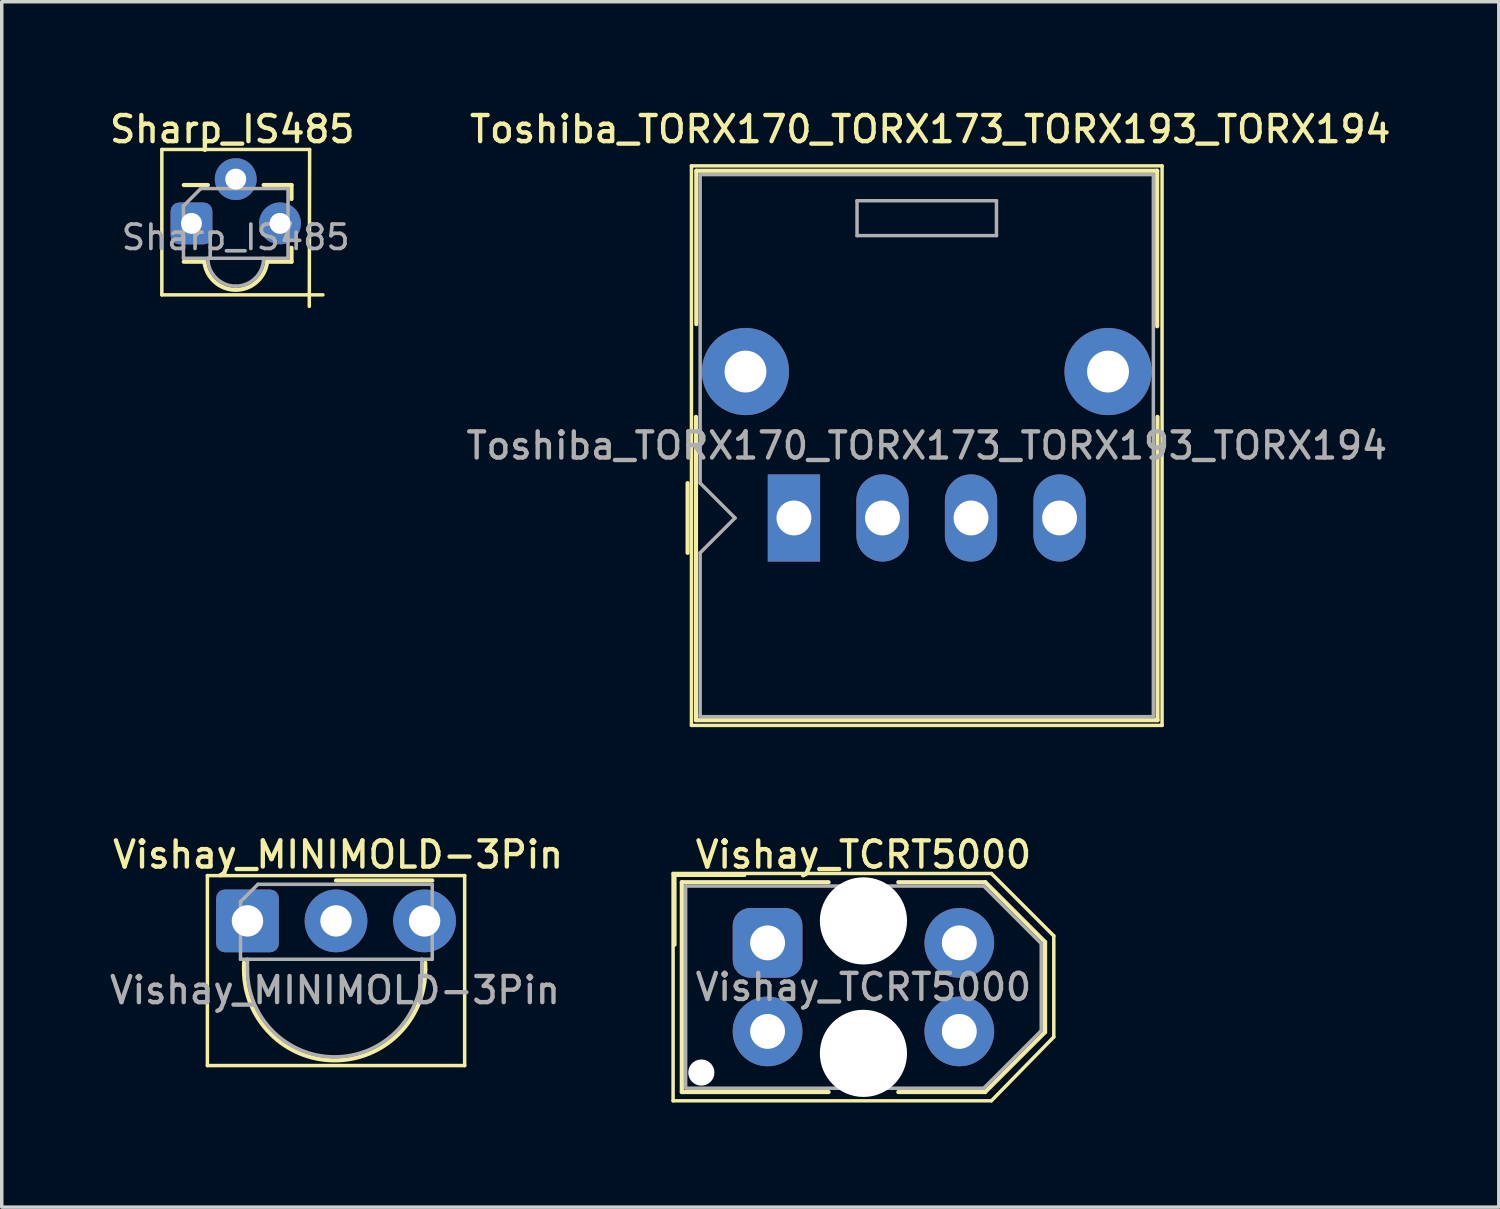
<source format=kicad_pcb>
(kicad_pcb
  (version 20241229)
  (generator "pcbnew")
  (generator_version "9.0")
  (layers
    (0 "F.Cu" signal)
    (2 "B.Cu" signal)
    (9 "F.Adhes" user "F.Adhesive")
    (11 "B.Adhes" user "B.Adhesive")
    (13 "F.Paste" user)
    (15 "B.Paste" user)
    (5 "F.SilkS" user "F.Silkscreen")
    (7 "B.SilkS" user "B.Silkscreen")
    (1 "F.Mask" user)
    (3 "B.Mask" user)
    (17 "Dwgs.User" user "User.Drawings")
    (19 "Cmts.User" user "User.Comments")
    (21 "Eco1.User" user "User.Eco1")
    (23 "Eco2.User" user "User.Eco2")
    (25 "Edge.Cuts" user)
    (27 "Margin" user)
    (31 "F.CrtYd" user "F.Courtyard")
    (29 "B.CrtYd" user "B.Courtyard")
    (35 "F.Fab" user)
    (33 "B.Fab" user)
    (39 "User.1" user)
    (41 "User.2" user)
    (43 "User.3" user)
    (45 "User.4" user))
  (footprint "Vishay_MINIMOLD-3Pin"
    (layer "F.Cu")
    (at 4.049 23.366)
    (property "Reference" "Vishay_MINIMOLD-3Pin" (at 2.6 -1.9 180) (layer "F.SilkS") (effects (font (size 0.75 0.75) (thickness 0.125))))
    (attr through_hole)
    (fp_line (start -1.15 -1.3) (end -1.15 4.15) (stroke (width 0.1) (type solid)) (layer "F.SilkS"))
    (fp_line (start -1.15 -1.3) (end 6.23 -1.3) (stroke (width 0.1) (type solid)) (layer "F.SilkS"))
    (fp_line (start -0.1 1.4) (end -0.1 1.2) (stroke (width 0.12) (type solid)) (layer "F.SilkS"))
    (fp_line (start 5.1 1.4) (end 5.1 1.2) (stroke (width 0.12) (type solid)) (layer "F.SilkS"))
    (fp_line (start 5.3 -1.16) (end 2.54 -1.16) (stroke (width 0.12) (type solid)) (layer "F.SilkS"))
    (fp_line (start 6.23 4.15) (end -1.15 4.15) (stroke (width 0.1) (type solid)) (layer "F.SilkS"))
    (fp_line (start 6.23 4.15) (end 6.23 -1.3) (stroke (width 0.1) (type solid)) (layer "F.SilkS"))
    (fp_arc (start 5.1 1.4) (mid 2.5 4) (end -0.1 1.4) (stroke (width 0.12) (type solid)) (layer "F.SilkS"))
    (fp_line (start -0.2 1.1) (end -0.2 -0.55) (stroke (width 0.1) (type solid)) (layer "F.Fab"))
    (fp_line (start 0 1.1) (end -0.2 1.1) (stroke (width 0.1) (type solid)) (layer "F.Fab"))
    (fp_line (start 0 1.15) (end 0 1.1) (stroke (width 0.1) (type solid)) (layer "F.Fab"))
    (fp_line (start 0 1.4) (end 0 1.15) (stroke (width 0.1) (type solid)) (layer "F.Fab"))
    (fp_line (start 0.3 -1.05) (end -0.2 -0.55) (stroke (width 0.1) (type solid)) (layer "F.Fab"))
    (fp_line (start 0.3 -1.05) (end 5.3 -1.05) (stroke (width 0.1) (type solid)) (layer "F.Fab"))
    (fp_line (start 5 1.1) (end 0 1.1) (stroke (width 0.1) (type solid)) (layer "F.Fab"))
    (fp_line (start 5 1.1) (end 5 1.4) (stroke (width 0.1) (type solid)) (layer "F.Fab"))
    (fp_line (start 5.3 -1.05) (end 5.3 1.1) (stroke (width 0.1) (type solid)) (layer "F.Fab"))
    (fp_line (start 5.3 1.1) (end 5 1.1) (stroke (width 0.1) (type solid)) (layer "F.Fab"))
    (fp_arc (start 5 1.4) (mid 2.5 3.9) (end 0 1.4) (stroke (width 0.1) (type solid)) (layer "F.Fab"))
    (fp_text user "${REFERENCE}" (at 2.51 1.99 0) (layer "F.Fab") (effects (font (size 0.75 0.75) (thickness 0.125))))
    (pad "1" thru_hole roundrect (at 0 0) (size 1.8 1.8) (drill 0.9) (layers "*.Cu" "*.Mask") (roundrect_rratio 0.139))
    (pad "2" thru_hole circle (at 2.54 0) (size 1.8 1.8) (drill 0.9) (layers "*.Cu" "*.Mask"))
    (pad "3" thru_hole circle (at 5.08 0) (size 1.8 1.8) (drill 0.9) (layers "*.Cu" "*.Mask")))
  (footprint "Sharp_IS485"
    (layer "F.Cu")
    (at 2.442 3.358)
    (property "Reference" "Sharp_IS485" (at 1.17 -2.7 0) (layer "F.SilkS") (effects (font (size 0.75 0.75) (thickness 0.125))))
    (attr through_hole)
    (fp_line (start -0.85 -2.12) (end 3.39 -2.12) (stroke (width 0.1) (type solid)) (layer "F.SilkS"))
    (fp_line (start -0.85 2.05) (end -0.85 -2.12) (stroke (width 0.1) (type solid)) (layer "F.SilkS"))
    (fp_line (start -0.22 1.1) (end 0.37 1.1) (stroke (width 0.12) (type solid)) (layer "F.SilkS"))
    (fp_line (start 0.47 -1.1) (end -0.22 -1.1) (stroke (width 0.12) (type solid)) (layer "F.SilkS"))
    (fp_line (start 2.07 -1.1) (end 2.87 -1.1) (stroke (width 0.12) (type solid)) (layer "F.SilkS"))
    (fp_line (start 2.17 1.1) (end 2.87 1.1) (stroke (width 0.12) (type solid)) (layer "F.SilkS"))
    (fp_line (start 2.87 -0.7) (end 2.87 -1.1) (stroke (width 0.12) (type solid)) (layer "F.SilkS"))
    (fp_line (start 2.87 1.1) (end 2.87 0.7) (stroke (width 0.12) (type solid)) (layer "F.SilkS"))
    (fp_line (start 3.39 -2.12) (end 3.38 2.38) (stroke (width 0.1) (type solid)) (layer "F.SilkS"))
    (fp_line (start 3.77 2.05) (end -0.85 2.05) (stroke (width 0.1) (type solid)) (layer "F.SilkS"))
    (fp_arc (start 2.17 1.1) (mid 1.288329 1.905353) (end 0.374785 1.136345) (stroke (width 0.12) (type solid)) (layer "F.SilkS"))
    (fp_line (start -0.23 -0.5) (end -0.23 1) (stroke (width 0.1) (type solid)) (layer "F.Fab"))
    (fp_line (start -0.23 -0.5) (end 0.27 -1) (stroke (width 0.1) (type solid)) (layer "F.Fab"))
    (fp_line (start -0.23 1) (end 2.77 1) (stroke (width 0.1) (type solid)) (layer "F.Fab"))
    (fp_line (start 2.77 -1) (end 0.27 -1) (stroke (width 0.1) (type solid)) (layer "F.Fab"))
    (fp_line (start 2.77 1) (end 2.77 -1) (stroke (width 0.1) (type solid)) (layer "F.Fab"))
    (fp_arc (start 1.27 1.8) (mid 0.704315 1.565685) (end 0.47 1) (stroke (width 0.1) (type solid)) (layer "F.Fab"))
    (fp_arc (start 2.07 1) (mid 1.835685 1.565685) (end 1.27 1.8) (stroke (width 0.1) (type solid)) (layer "F.Fab"))
    (fp_text user "${REFERENCE}" (at 1.27 0.4 0) (layer "F.Fab") (effects (font (size 0.7 0.7) (thickness 0.105))))
    (pad "1" thru_hole roundrect (at 0 0) (size 1.2 1.2) (drill 0.6) (layers "*.Cu" "*.Mask") (roundrect_rratio 0.208))
    (pad "2" thru_hole circle (at 1.27 -1.27) (size 1.2 1.2) (drill 0.6) (layers "*.Cu" "*.Mask"))
    (pad "3" thru_hole circle (at 2.54 0) (size 1.2 1.2) (drill 0.6) (layers "*.Cu" "*.Mask")))
  (footprint "Toshiba_TORX170_TORX173_TORX193_TORX194"
    (layer "F.Cu")
    (at 19.724 11.808)
    (property "Reference" "Toshiba_TORX170_TORX173_TORX193_TORX194" (at 3.91 -11.15 0) (layer "F.SilkS") (effects (font (size 0.75 0.75) (thickness 0.125))))
    (attr through_hole)
    (fp_line (start -3.05 1) (end -3.05 -1) (stroke (width 0.12) (type solid)) (layer "F.SilkS"))
    (fp_line (start -2.94 -10.1) (end -2.94 5.95) (stroke (width 0.1) (type solid)) (layer "F.SilkS"))
    (fp_line (start -2.94 -10.1) (end 10.56 -10.1) (stroke (width 0.1) (type solid)) (layer "F.SilkS"))
    (fp_line (start -2.81 5.8) (end -2.81 -2.9) (stroke (width 0.12) (type solid)) (layer "F.SilkS"))
    (fp_line (start -2.81 5.8) (end 10.43 5.8) (stroke (width 0.12) (type solid)) (layer "F.SilkS"))
    (fp_line (start -2.8 -9.96) (end -2.8 -5.56) (stroke (width 0.12) (type solid)) (layer "F.SilkS"))
    (fp_line (start 10.42 -9.96) (end -2.8 -9.96) (stroke (width 0.12) (type solid)) (layer "F.SilkS"))
    (fp_line (start 10.42 -9.96) (end 10.42 -5.5) (stroke (width 0.12) (type solid)) (layer "F.SilkS"))
    (fp_line (start 10.43 5.8) (end 10.43 -2.9) (stroke (width 0.12) (type solid)) (layer "F.SilkS"))
    (fp_line (start 10.56 5.95) (end -2.94 5.95) (stroke (width 0.1) (type solid)) (layer "F.SilkS"))
    (fp_line (start 10.56 5.95) (end 10.56 -10.1) (stroke (width 0.1) (type solid)) (layer "F.SilkS"))
    (fp_line (start -2.69 -9.85) (end 10.31 -9.85) (stroke (width 0.1) (type solid)) (layer "F.Fab"))
    (fp_line (start -2.69 -1) (end -2.69 -9.85) (stroke (width 0.1) (type solid)) (layer "F.Fab"))
    (fp_line (start -2.69 5.65) (end -2.69 1) (stroke (width 0.1) (type solid)) (layer "F.Fab"))
    (fp_line (start -2.69 5.65) (end -2.69 5.7) (stroke (width 0.1) (type solid)) (layer "F.Fab"))
    (fp_line (start -2.69 5.7) (end 10.26 5.7) (stroke (width 0.1) (type solid)) (layer "F.Fab"))
    (fp_line (start -1.69 0) (end -2.69 -1) (stroke (width 0.1) (type solid)) (layer "F.Fab"))
    (fp_line (start -1.69 0) (end -2.69 1) (stroke (width 0.1) (type solid)) (layer "F.Fab"))
    (fp_line (start 1.81 -9.1) (end 5.81 -9.1) (stroke (width 0.1) (type solid)) (layer "F.Fab"))
    (fp_line (start 1.81 -8.1) (end 1.81 -9.1) (stroke (width 0.1) (type solid)) (layer "F.Fab"))
    (fp_line (start 5.81 -9.1) (end 5.81 -8.1) (stroke (width 0.1) (type solid)) (layer "F.Fab"))
    (fp_line (start 5.81 -8.1) (end 1.81 -8.1) (stroke (width 0.1) (type solid)) (layer "F.Fab"))
    (fp_line (start 10.26 5.7) (end 10.31 5.7) (stroke (width 0.1) (type solid)) (layer "F.Fab"))
    (fp_line (start 10.31 5.7) (end 10.31 -9.85) (stroke (width 0.1) (type solid)) (layer "F.Fab"))
    (fp_text user "${REFERENCE}" (at 3.81 -2.075 0) (layer "F.Fab") (effects (font (size 0.75 0.75) (thickness 0.125))))
    (pad "1" thru_hole rect (at 0 0) (size 1.5 2.5) (drill 1) (layers "*.Cu" "*.Mask"))
    (pad "2" thru_hole oval (at 2.54 0) (size 1.5 2.5) (drill 1) (layers "*.Cu" "*.Mask"))
    (pad "3" thru_hole oval (at 5.08 0) (size 1.5 2.5) (drill 1) (layers "*.Cu" "*.Mask"))
    (pad "4" thru_hole oval (at 7.62 0) (size 1.5 2.5) (drill 1) (layers "*.Cu" "*.Mask"))
    (pad "5" thru_hole circle (at 9.01 -4.2) (size 2.5 2.5) (drill 1.2) (layers "*.Cu" "*.Mask"))
    (pad "6" thru_hole circle (at -1.39 -4.2) (size 2.5 2.5) (drill 1.2) (layers "*.Cu" "*.Mask")))
  (footprint "Vishay_TCRT5000"
    (layer "F.Cu")
    (at 18.968 23.996)
    (property "Reference" "Vishay_TCRT5000" (at 2.75 -2.53 0) (layer "F.SilkS") (effects (font (size 0.75 0.75) (thickness 0.125))))
    (attr through_hole)
    (fp_line (start -2.71 -1.99) (end -2.71 4.53) (stroke (width 0.1) (type default)) (layer "F.SilkS"))
    (fp_line (start -2.71 -1.99) (end 6.42 -1.99) (stroke (width 0.1) (type default)) (layer "F.SilkS"))
    (fp_line (start -2.71 4.53) (end 6.42 4.53) (stroke (width 0.1) (type default)) (layer "F.SilkS"))
    (fp_line (start -2.66 -1.94) (end -2.66 0.06) (stroke (width 0.1) (type default)) (layer "F.SilkS"))
    (fp_line (start -2.66 -1.94) (end -0.66 -1.94) (stroke (width 0.1) (type default)) (layer "F.SilkS"))
    (fp_line (start -2.46 -1.74) (end -2.46 4.28) (stroke (width 0.12) (type default)) (layer "F.SilkS"))
    (fp_line (start -2.46 -1.74) (end 1.75 -1.74) (stroke (width 0.12) (type default)) (layer "F.SilkS"))
    (fp_line (start -2.46 4.28) (end 1.75 4.28) (stroke (width 0.12) (type default)) (layer "F.SilkS"))
    (fp_line (start 3.75 -1.74) (end 6.245 -1.74) (stroke (width 0.12) (type default)) (layer "F.SilkS"))
    (fp_line (start 3.75 4.28) (end 6.24 4.28) (stroke (width 0.12) (type default)) (layer "F.SilkS"))
    (fp_line (start 6.42 -1.99) (end 8.21 -0.2) (stroke (width 0.1) (type default)) (layer "F.SilkS"))
    (fp_line (start 7.96 -0.025) (end 6.245 -1.74) (stroke (width 0.12) (type default)) (layer "F.SilkS"))
    (fp_line (start 7.96 2.56) (end 6.24 4.28) (stroke (width 0.12) (type default)) (layer "F.SilkS"))
    (fp_line (start 7.96 2.56) (end 7.96 -0.025) (stroke (width 0.12) (type default)) (layer "F.SilkS"))
    (fp_line (start 8.21 -0.2) (end 8.21 2.7) (stroke (width 0.1) (type default)) (layer "F.SilkS"))
    (fp_line (start 8.21 2.7) (end 6.42 4.53) (stroke (width 0.1) (type default)) (layer "F.SilkS"))
    (fp_line (start -2.35 -1.63) (end 6.2 -1.63) (stroke (width 0.1) (type default)) (layer "F.Fab"))
    (fp_line (start -2.35 4.17) (end -2.35 -1.63) (stroke (width 0.1) (type default)) (layer "F.Fab"))
    (fp_line (start 6.2 -1.63) (end 7.85 0.02) (stroke (width 0.1) (type default)) (layer "F.Fab"))
    (fp_line (start 6.2 4.17) (end -2.325 4.17) (stroke (width 0.1) (type default)) (layer "F.Fab"))
    (fp_line (start 7.85 0.02) (end 7.85 2.52) (stroke (width 0.1) (type default)) (layer "F.Fab"))
    (fp_line (start 7.85 2.52) (end 6.2 4.17) (stroke (width 0.1) (type default)) (layer "F.Fab"))
    (fp_text user "${REFERENCE}" (at 2.75 1.27 0) (layer "F.Fab") (effects (font (size 0.75 0.75) (thickness 0.125))))
    (pad "" np_thru_hole circle (at -1.9 3.72) (size 0.75 0.75) (drill 1) (layers "*.Cu" "*.Mask"))
    (pad "" np_thru_hole circle (at 2.75 -0.63) (size 2.5 2.5) (drill 2.5) (layers "*.Cu" "*.Mask"))
    (pad "" np_thru_hole circle (at 2.75 3.17) (size 2.5 2.5) (drill 2.5) (layers "*.Cu" "*.Mask"))
    (pad "1" thru_hole roundrect (at 0 0) (size 2 2) (drill 1) (layers "*.Cu" "*.Mask") (roundrect_rratio 0.25))
    (pad "2" thru_hole circle (at 0 2.54) (size 2 2) (drill 1) (layers "*.Cu" "*.Mask"))
    (pad "3" thru_hole circle (at 5.5 2.54) (size 2 2) (drill 1) (layers "*.Cu" "*.Mask"))
    (pad "4" thru_hole circle (at 5.5 0) (size 2 2) (drill 1) (layers "*.Cu" "*.Mask")))
  (gr_rect
    (start -3 -3)
    (end 39.943 31.576)
    (stroke (width 0.1) (type default))
    (fill no)
    (layer "Edge.Cuts")))
</source>
